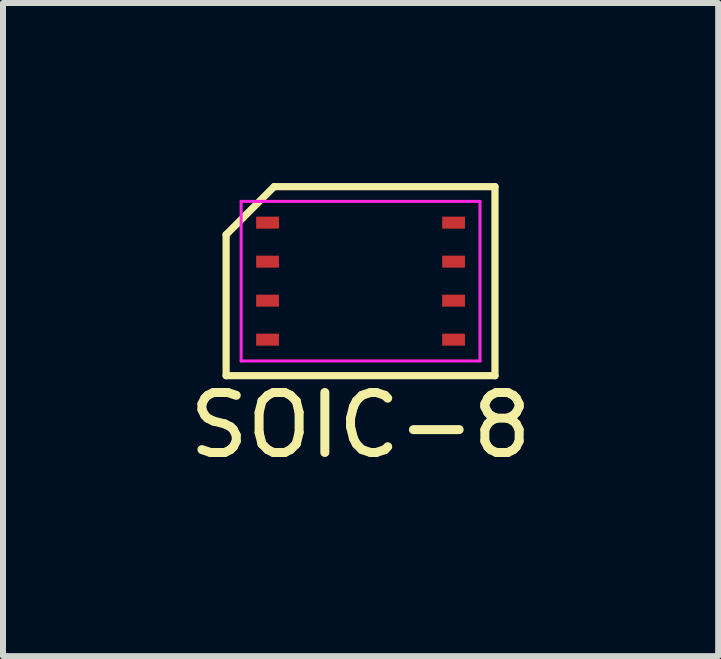
<source format=kicad_pcb>
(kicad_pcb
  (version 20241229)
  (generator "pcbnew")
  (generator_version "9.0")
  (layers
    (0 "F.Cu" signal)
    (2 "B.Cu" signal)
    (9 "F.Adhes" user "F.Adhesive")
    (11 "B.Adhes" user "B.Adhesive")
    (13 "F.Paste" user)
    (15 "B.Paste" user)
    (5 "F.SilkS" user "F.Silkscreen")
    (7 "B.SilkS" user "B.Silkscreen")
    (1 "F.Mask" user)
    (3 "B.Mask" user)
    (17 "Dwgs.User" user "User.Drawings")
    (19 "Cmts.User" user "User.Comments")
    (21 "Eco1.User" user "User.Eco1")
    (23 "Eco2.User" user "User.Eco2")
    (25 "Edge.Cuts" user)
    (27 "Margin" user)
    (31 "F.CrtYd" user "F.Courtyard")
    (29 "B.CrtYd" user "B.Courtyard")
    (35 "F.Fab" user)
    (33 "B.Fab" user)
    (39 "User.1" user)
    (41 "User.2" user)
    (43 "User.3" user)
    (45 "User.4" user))
  (footprint "SOIC-8"
    (layer "F.Cu")
    (at 2.958 1.685)
    (property "Reference" "SOIC-8" (at 0 2.35 180) (layer "F.SilkS") (effects (font (size 1 1) (thickness 0.15))))
    (attr smd)
    (fp_line (start -2.24 -0.825) (end -1.44 -1.625) (stroke (width 0.12) (type solid)) (layer "F.SilkS"))
    (fp_line (start -2.24 1.525) (end -2.24 -0.825) (stroke (width 0.12) (type solid)) (layer "F.SilkS"))
    (fp_line (start -1.44 -1.625) (end 2.24 -1.625) (stroke (width 0.12) (type solid)) (layer "F.SilkS"))
    (fp_line (start 2.24 -1.625) (end 2.24 1.525) (stroke (width 0.12) (type solid)) (layer "F.SilkS"))
    (fp_line (start 2.24 1.525) (end -2.24 1.525) (stroke (width 0.12) (type solid)) (layer "F.SilkS"))
    (fp_line (start -1.99 -1.38) (end 1.99 -1.38) (stroke (width 0.05) (type solid)) (layer "F.CrtYd"))
    (fp_line (start -1.99 1.28) (end -1.99 -1.38) (stroke (width 0.05) (type solid)) (layer "F.CrtYd"))
    (fp_line (start 1.99 -1.38) (end 1.99 1.28) (stroke (width 0.05) (type solid)) (layer "F.CrtYd"))
    (fp_line (start 1.99 1.28) (end -1.99 1.28) (stroke (width 0.05) (type solid)) (layer "F.CrtYd"))
    (pad "1" smd rect (at -1.55 -1.025 270) (size 0.2 0.38) (layers "F.Cu" "F.Mask" "F.Paste"))
    (pad "2" smd rect (at -1.55 -0.375 270) (size 0.2 0.38) (layers "F.Cu" "F.Mask" "F.Paste"))
    (pad "3" smd rect (at -1.55 0.275 270) (size 0.2 0.38) (layers "F.Cu" "F.Mask" "F.Paste"))
    (pad "4" smd rect (at -1.55 0.925 270) (size 0.2 0.38) (layers "F.Cu" "F.Mask" "F.Paste"))
    (pad "5" smd rect (at 1.55 0.925 270) (size 0.2 0.38) (layers "F.Cu" "F.Mask" "F.Paste"))
    (pad "6" smd rect (at 1.55 0.275 270) (size 0.2 0.38) (layers "F.Cu" "F.Mask" "F.Paste"))
    (pad "7" smd rect (at 1.55 -0.375 270) (size 0.2 0.38) (layers "F.Cu" "F.Mask" "F.Paste"))
    (pad "8" smd rect (at 1.55 -1.025 270) (size 0.2 0.38) (layers "F.Cu" "F.Mask" "F.Paste")))
  (gr_rect
    (start -3 -3)
    (end 8.917 7.883)
    (stroke (width 0.1) (type default))
    (fill no)
    (layer "Edge.Cuts")))
</source>
